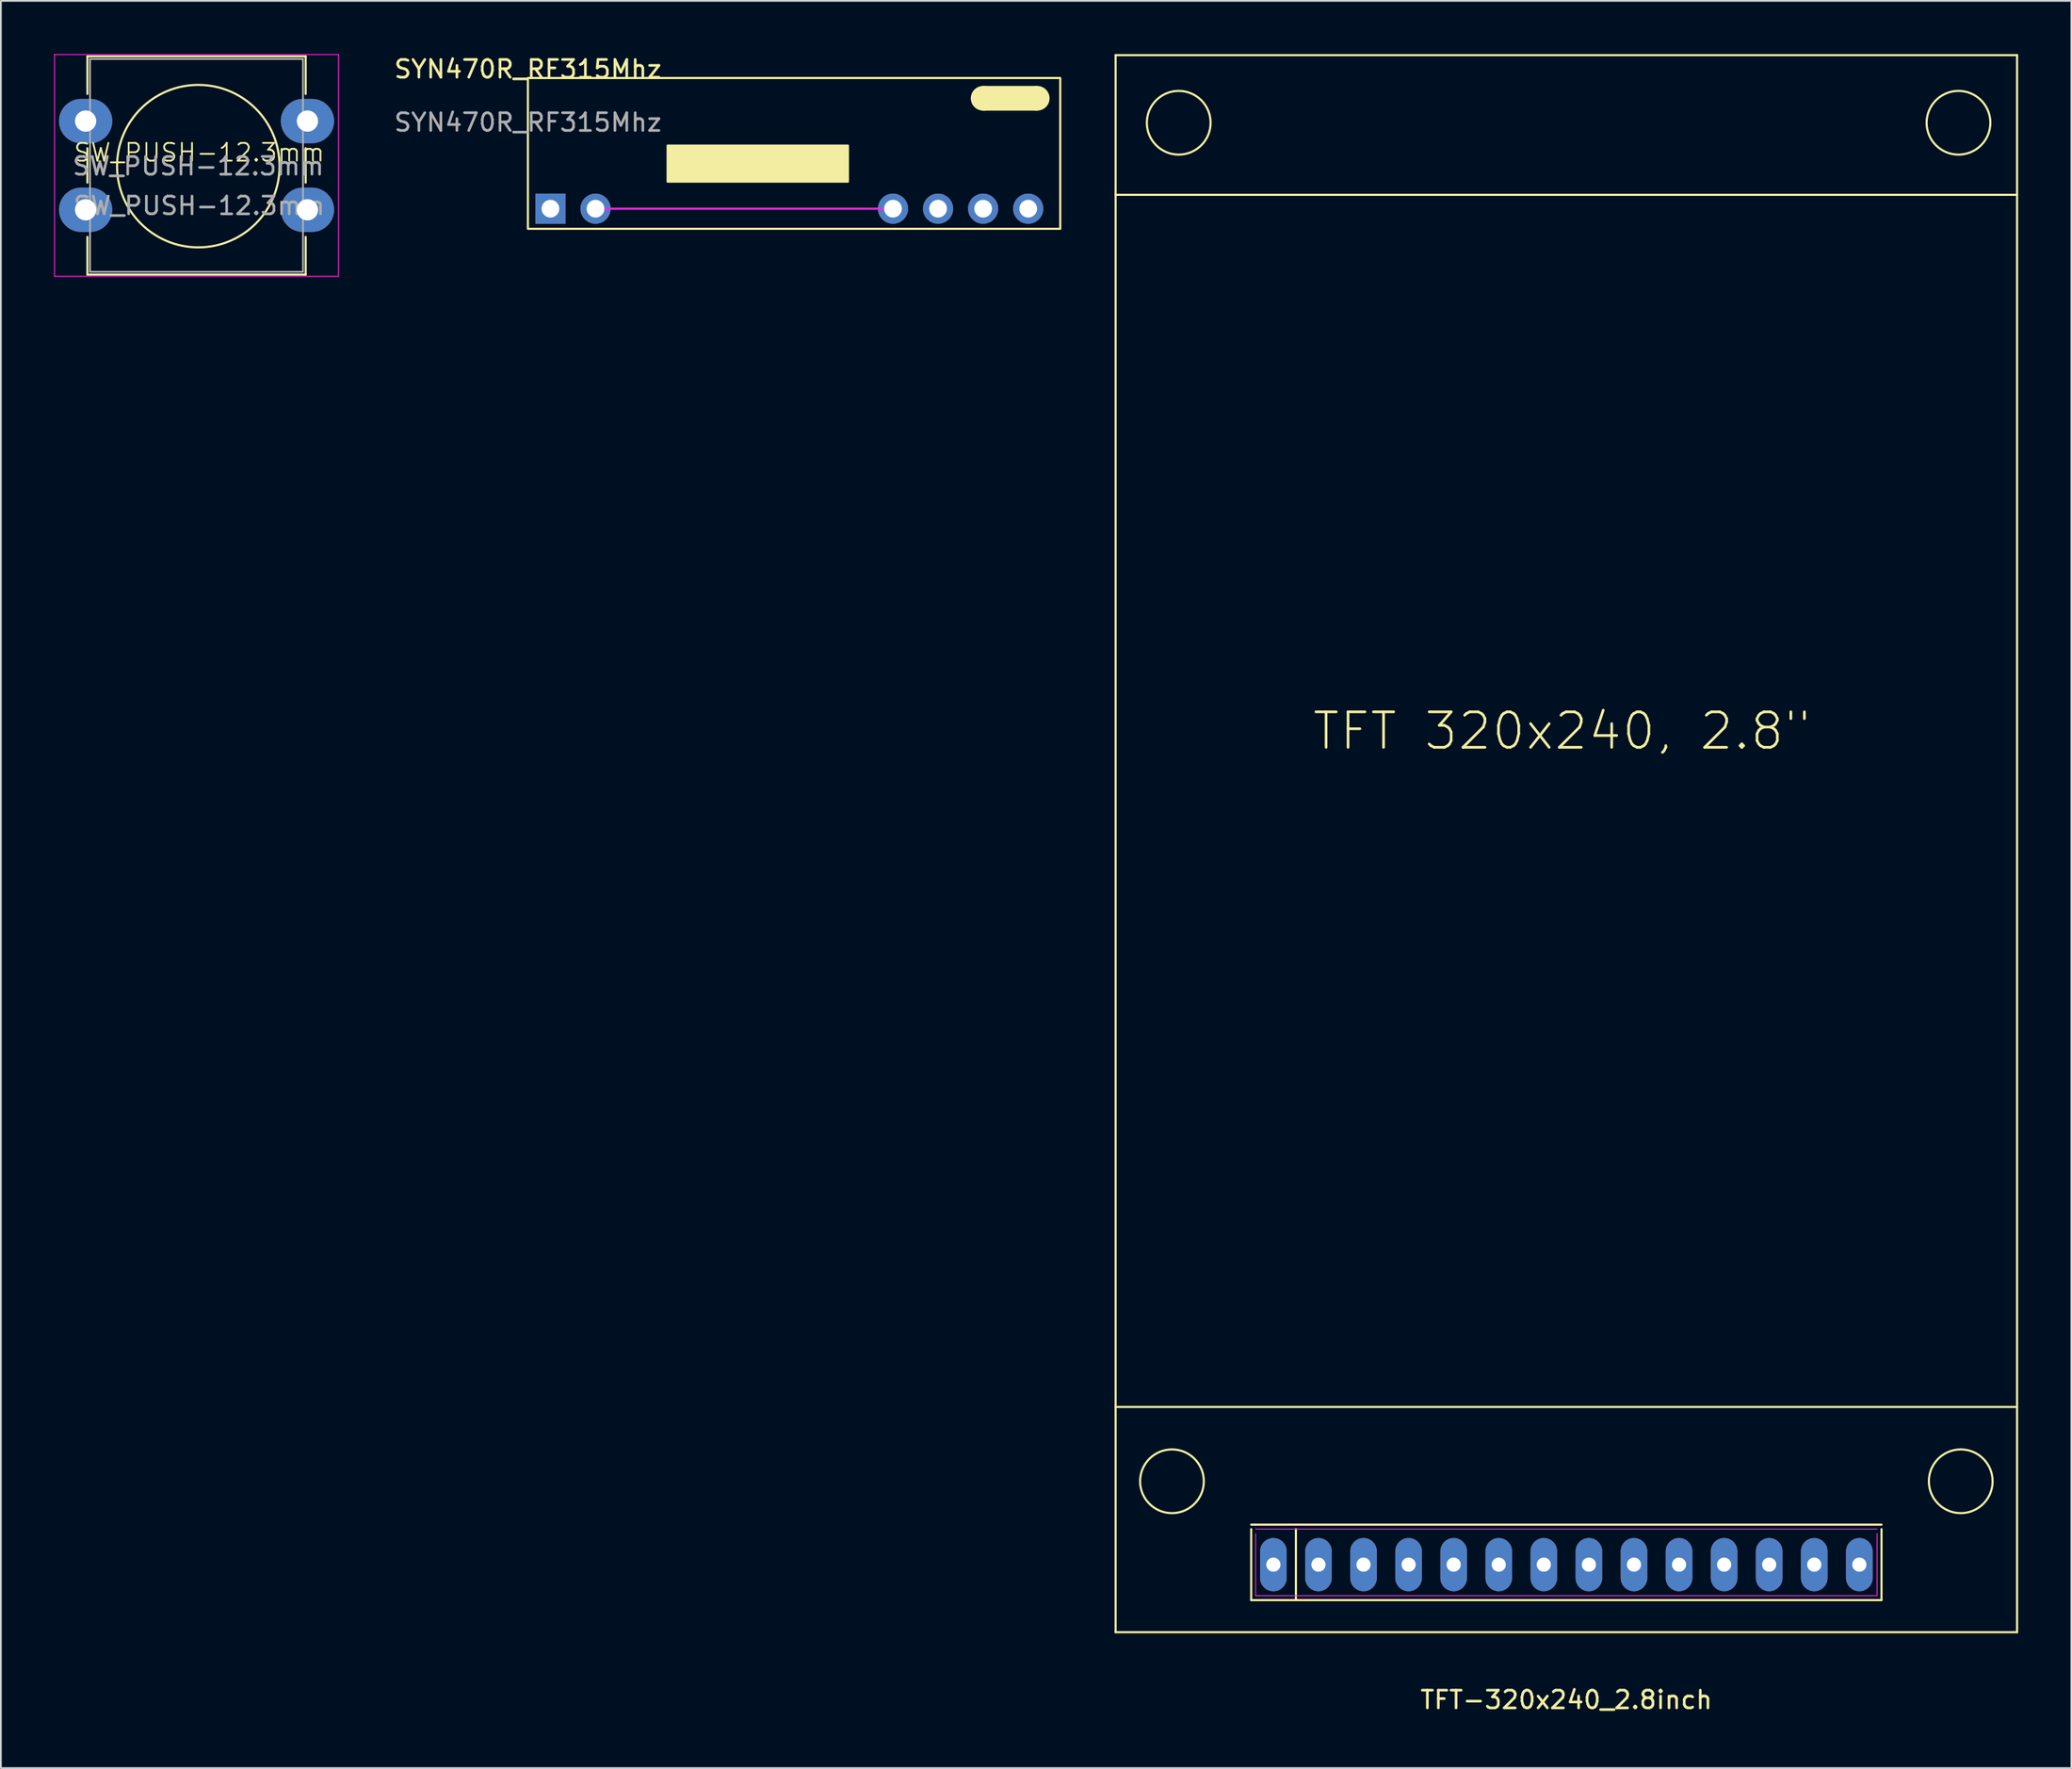
<source format=kicad_pcb>
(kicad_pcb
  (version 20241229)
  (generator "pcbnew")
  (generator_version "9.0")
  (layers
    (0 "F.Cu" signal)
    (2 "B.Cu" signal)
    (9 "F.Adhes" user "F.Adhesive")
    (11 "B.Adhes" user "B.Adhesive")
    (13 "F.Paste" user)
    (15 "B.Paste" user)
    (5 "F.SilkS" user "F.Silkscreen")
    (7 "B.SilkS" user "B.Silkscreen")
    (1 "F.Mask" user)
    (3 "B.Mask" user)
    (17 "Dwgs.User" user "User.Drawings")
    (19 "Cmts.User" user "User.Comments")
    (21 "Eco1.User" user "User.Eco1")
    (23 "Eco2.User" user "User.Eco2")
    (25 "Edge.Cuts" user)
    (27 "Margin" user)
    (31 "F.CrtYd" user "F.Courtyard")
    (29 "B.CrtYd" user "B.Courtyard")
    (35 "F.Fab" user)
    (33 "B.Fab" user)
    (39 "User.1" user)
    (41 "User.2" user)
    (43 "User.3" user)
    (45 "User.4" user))
  (footprint "TFT-320x240_2.8inch"
    (layer "F.Cu")
    (at 85.219 85.15)
    (property "Reference" "TFT-320x240_2.8inch" (at 0 7.62 0) (layer "F.SilkS") (effects (font (size 1 1) (thickness 0.15))))
    (attr through_hole)
    (fp_line (start -25.4 -85.09) (end -25.4 3.81) (stroke (width 0.12) (type solid)) (layer "F.SilkS"))
    (fp_line (start -25.4 -77.216) (end 25.4 -77.216) (stroke (width 0.12) (type solid)) (layer "F.SilkS"))
    (fp_line (start -25.4 -8.89) (end 25.4 -8.89) (stroke (width 0.12) (type solid)) (layer "F.SilkS"))
    (fp_line (start -25.4 3.81) (end 25.4 3.81) (stroke (width 0.12) (type solid)) (layer "F.SilkS"))
    (fp_line (start -17.76 -2.254) (end 17.76 -2.254) (stroke (width 0.12) (type solid)) (layer "F.SilkS"))
    (fp_line (start -17.76 2) (end -17.76 -2) (stroke (width 0.12) (type solid)) (layer "F.SilkS"))
    (fp_line (start -15.24 -2) (end -15.24 2) (stroke (width 0.12) (type solid)) (layer "F.SilkS"))
    (fp_line (start 17.76 -2) (end 17.76 2) (stroke (width 0.12) (type solid)) (layer "F.SilkS"))
    (fp_line (start 17.76 2) (end -17.76 2) (stroke (width 0.12) (type solid)) (layer "F.SilkS"))
    (fp_line (start 25.4 -85.09) (end -25.4 -85.09) (stroke (width 0.12) (type solid)) (layer "F.SilkS"))
    (fp_line (start 25.4 3.81) (end 25.4 -85.09) (stroke (width 0.12) (type solid)) (layer "F.SilkS"))
    (fp_circle (center -22.225 -4.699) (end -23.495 -3.429) (stroke (width 0.12) (type solid)) (fill no) (layer "F.SilkS"))
    (fp_circle (center -21.844 -81.28) (end -23.114 -82.55) (stroke (width 0.12) (type solid)) (fill no) (layer "F.SilkS"))
    (fp_circle (center 22.098 -81.28) (end 20.828 -80.01) (stroke (width 0.12) (type solid)) (fill no) (layer "F.SilkS"))
    (fp_circle (center 22.225 -4.699) (end 20.955 -3.429) (stroke (width 0.12) (type solid)) (fill no) (layer "F.SilkS"))
    (fp_line (start -17.51 -2.004) (end 17.51 -2.004) (stroke (width 0.05) (type solid)) (layer "F.CrtYd"))
    (fp_line (start -17.51 1.75) (end -17.51 -1.75) (stroke (width 0.05) (type solid)) (layer "F.CrtYd"))
    (fp_line (start 17.51 -1.75) (end 17.51 1.75) (stroke (width 0.05) (type solid)) (layer "F.CrtYd"))
    (fp_line (start 17.51 1.75) (end -17.51 1.75) (stroke (width 0.05) (type solid)) (layer "F.CrtYd"))
    (fp_text user "TFT 320x240, 2.8\"" (at -0.254 -46.99 0) (layer "F.SilkS") (effects (font (size 2 2) (thickness 0.15))))
    (pad "1" thru_hole oval (at -16.51 0) (size 1.5 3) (drill 0.8) (layers "*.Cu" "*.Mask"))
    (pad "2" thru_hole oval (at -13.97 0) (size 1.5 3) (drill 0.8) (layers "*.Cu" "*.Mask"))
    (pad "3" thru_hole oval (at -11.43 0) (size 1.5 3) (drill 0.8) (layers "*.Cu" "*.Mask"))
    (pad "4" thru_hole oval (at -8.89 0) (size 1.5 3) (drill 0.8) (layers "*.Cu" "*.Mask"))
    (pad "5" thru_hole oval (at -6.35 0) (size 1.5 3) (drill 0.8) (layers "*.Cu" "*.Mask"))
    (pad "6" thru_hole oval (at -3.81 0) (size 1.5 3) (drill 0.8) (layers "*.Cu" "*.Mask"))
    (pad "7" thru_hole oval (at -1.27 0) (size 1.5 3) (drill 0.8) (layers "*.Cu" "*.Mask"))
    (pad "8" thru_hole oval (at 1.27 0) (size 1.5 3) (drill 0.8) (layers "*.Cu" "*.Mask"))
    (pad "9" thru_hole oval (at 3.81 0) (size 1.5 3) (drill 0.8) (layers "*.Cu" "*.Mask"))
    (pad "10" thru_hole oval (at 6.35 0) (size 1.5 3) (drill 0.8) (layers "*.Cu" "*.Mask"))
    (pad "11" thru_hole oval (at 8.89 0) (size 1.5 3) (drill 0.8) (layers "*.Cu" "*.Mask"))
    (pad "12" thru_hole oval (at 11.43 0) (size 1.5 3) (drill 0.8) (layers "*.Cu" "*.Mask"))
    (pad "13" thru_hole oval (at 13.97 0) (size 1.5 3) (drill 0.8) (layers "*.Cu" "*.Mask"))
    (pad "14" thru_hole oval (at 16.51 0) (size 1.5 3) (drill 0.8) (layers "*.Cu" "*.Mask")))
  (footprint "SW_PUSH-12.3mm"
    (layer "F.Cu")
    (at 8.176 6.048)
    (property "Reference" "SW_PUSH-12.3mm" (at 0 -0.5 0) (unlocked yes) (layer "F.SilkS") (effects (font (size 1 1) (thickness 0.1))))
    (attr smd)
    (fp_line (start -6.301 -5.923) (end 5.999 -5.923) (stroke (width 0.12) (type solid)) (layer "F.SilkS"))
    (fp_line (start -6.301 -3.803) (end -6.301 -5.923) (stroke (width 0.12) (type solid)) (layer "F.SilkS"))
    (fp_line (start -6.301 1.197) (end -6.301 -0.743) (stroke (width 0.12) (type solid)) (layer "F.SilkS"))
    (fp_line (start -6.301 6.377) (end -6.301 4.257) (stroke (width 0.12) (type solid)) (layer "F.SilkS"))
    (fp_line (start 5.999 -5.923) (end 5.999 -3.803) (stroke (width 0.12) (type solid)) (layer "F.SilkS"))
    (fp_line (start 5.999 -0.743) (end 5.999 1.197) (stroke (width 0.12) (type solid)) (layer "F.SilkS"))
    (fp_line (start 5.999 4.257) (end 5.999 6.377) (stroke (width 0.12) (type solid)) (layer "F.SilkS"))
    (fp_line (start 5.999 6.377) (end -6.301 6.377) (stroke (width 0.12) (type solid)) (layer "F.SilkS"))
    (fp_circle (center -0.051 0.267) (end 4.528 0.267) (stroke (width 0.12) (type solid)) (fill no) (layer "F.SilkS"))
    (fp_line (start -8.151 -6.023) (end -8.151 6.477) (stroke (width 0.05) (type solid)) (layer "F.CrtYd"))
    (fp_line (start -8.151 6.477) (end 7.849 6.477) (stroke (width 0.05) (type solid)) (layer "F.CrtYd"))
    (fp_line (start 7.849 -6.023) (end -8.151 -6.023) (stroke (width 0.05) (type solid)) (layer "F.CrtYd"))
    (fp_line (start 7.849 6.477) (end 7.849 -6.023) (stroke (width 0.05) (type solid)) (layer "F.CrtYd"))
    (fp_line (start -6.151 -5.773) (end -6.151 6.227) (stroke (width 0.1) (type solid)) (layer "F.Fab"))
    (fp_line (start -6.151 6.227) (end 5.849 6.227) (stroke (width 0.1) (type solid)) (layer "F.Fab"))
    (fp_line (start 5.849 -5.773) (end -6.151 -5.773) (stroke (width 0.1) (type solid)) (layer "F.Fab"))
    (fp_line (start 5.849 6.227) (end 5.849 -5.773) (stroke (width 0.1) (type solid)) (layer "F.Fab"))
    (fp_text user "${REFERENCE}" (at -0.051 0.267 0) (layer "F.Fab") (effects (font (size 1 1) (thickness 0.15))))
    (fp_text user "${REFERENCE}" (at 0 2.5 0) (unlocked yes) (layer "F.Fab") (effects (font (size 1 1) (thickness 0.15))))
    (pad "1" thru_hole oval (at -6.401 -2.273) (size 3 2.5) (drill 1.2) (layers "*.Cu" "*.Mask"))
    (pad "1" thru_hole oval (at 6.099 -2.273) (size 3 2.5) (drill 1.2) (layers "*.Cu" "*.Mask"))
    (pad "2" thru_hole oval (at -6.401 2.727) (size 3 2.5) (drill 1.2) (layers "*.Cu" "*.Mask"))
    (pad "2" thru_hole oval (at 6.099 2.727) (size 3 2.5) (drill 1.2) (layers "*.Cu" "*.Mask")))
  (footprint "SYN470R_RF315Mhz"
    (layer "F.Cu")
    (at 26.699 1.348)
    (property "Reference" "SYN470R_RF315Mhz" (at 0 -0.5 0) (unlocked yes) (layer "F.SilkS") (effects (font (size 1 1) (thickness 0.15))))
    (fp_rect (start 0 0) (end 30 8.5) (stroke (width 0.12) (type solid)) (fill no) (layer "F.SilkS"))
    (fp_rect (start 7.874 3.81) (end 18.034 5.842) (stroke (width 0.12) (type solid)) (fill yes) (layer "F.SilkS"))
    (fp_rect (start 25.654 0.508) (end 28.702 1.778) (stroke (width 0.12) (type solid)) (fill yes) (layer "F.SilkS"))
    (fp_circle (center 25.654 1.143) (end 26.289 1.143) (stroke (width 0.12) (type solid)) (fill yes) (layer "F.SilkS"))
    (fp_circle (center 28.702 1.143) (end 29.337 1.143) (stroke (width 0.12) (type solid)) (fill yes) (layer "F.SilkS"))
    (fp_line (start 3.81 7.366) (end 20.51 7.366) (stroke (width 0.12) (type solid)) (layer "F.CrtYd"))
    (fp_text user "${REFERENCE}" (at 0 2.5 0) (unlocked yes) (layer "F.Fab") (effects (font (size 1 1) (thickness 0.15))))
    (pad "1" thru_hole rect (at 1.27 7.366 90) (size 1.7 1.7) (drill 1) (layers "*.Cu" "*.Mask"))
    (pad "2" thru_hole oval (at 3.81 7.366 90) (size 1.7 1.7) (drill 1) (layers "*.Cu" "*.Mask"))
    (pad "3" thru_hole oval (at 20.574 7.366 270) (size 1.7 1.7) (drill 1) (layers "*.Cu" "*.Mask"))
    (pad "4" thru_hole oval (at 23.114 7.366 270) (size 1.7 1.7) (drill 1) (layers "*.Cu" "*.Mask"))
    (pad "5" thru_hole oval (at 25.654 7.366 270) (size 1.7 1.7) (drill 1) (layers "*.Cu" "*.Mask"))
    (pad "6" thru_hole oval (at 28.194 7.366 270) (size 1.7 1.7) (drill 1) (layers "*.Cu" "*.Mask")))
  (gr_rect
    (start -3 -3)
    (end 113.679 96.618)
    (stroke (width 0.1) (type default))
    (fill no)
    (layer "Edge.Cuts")))
</source>
